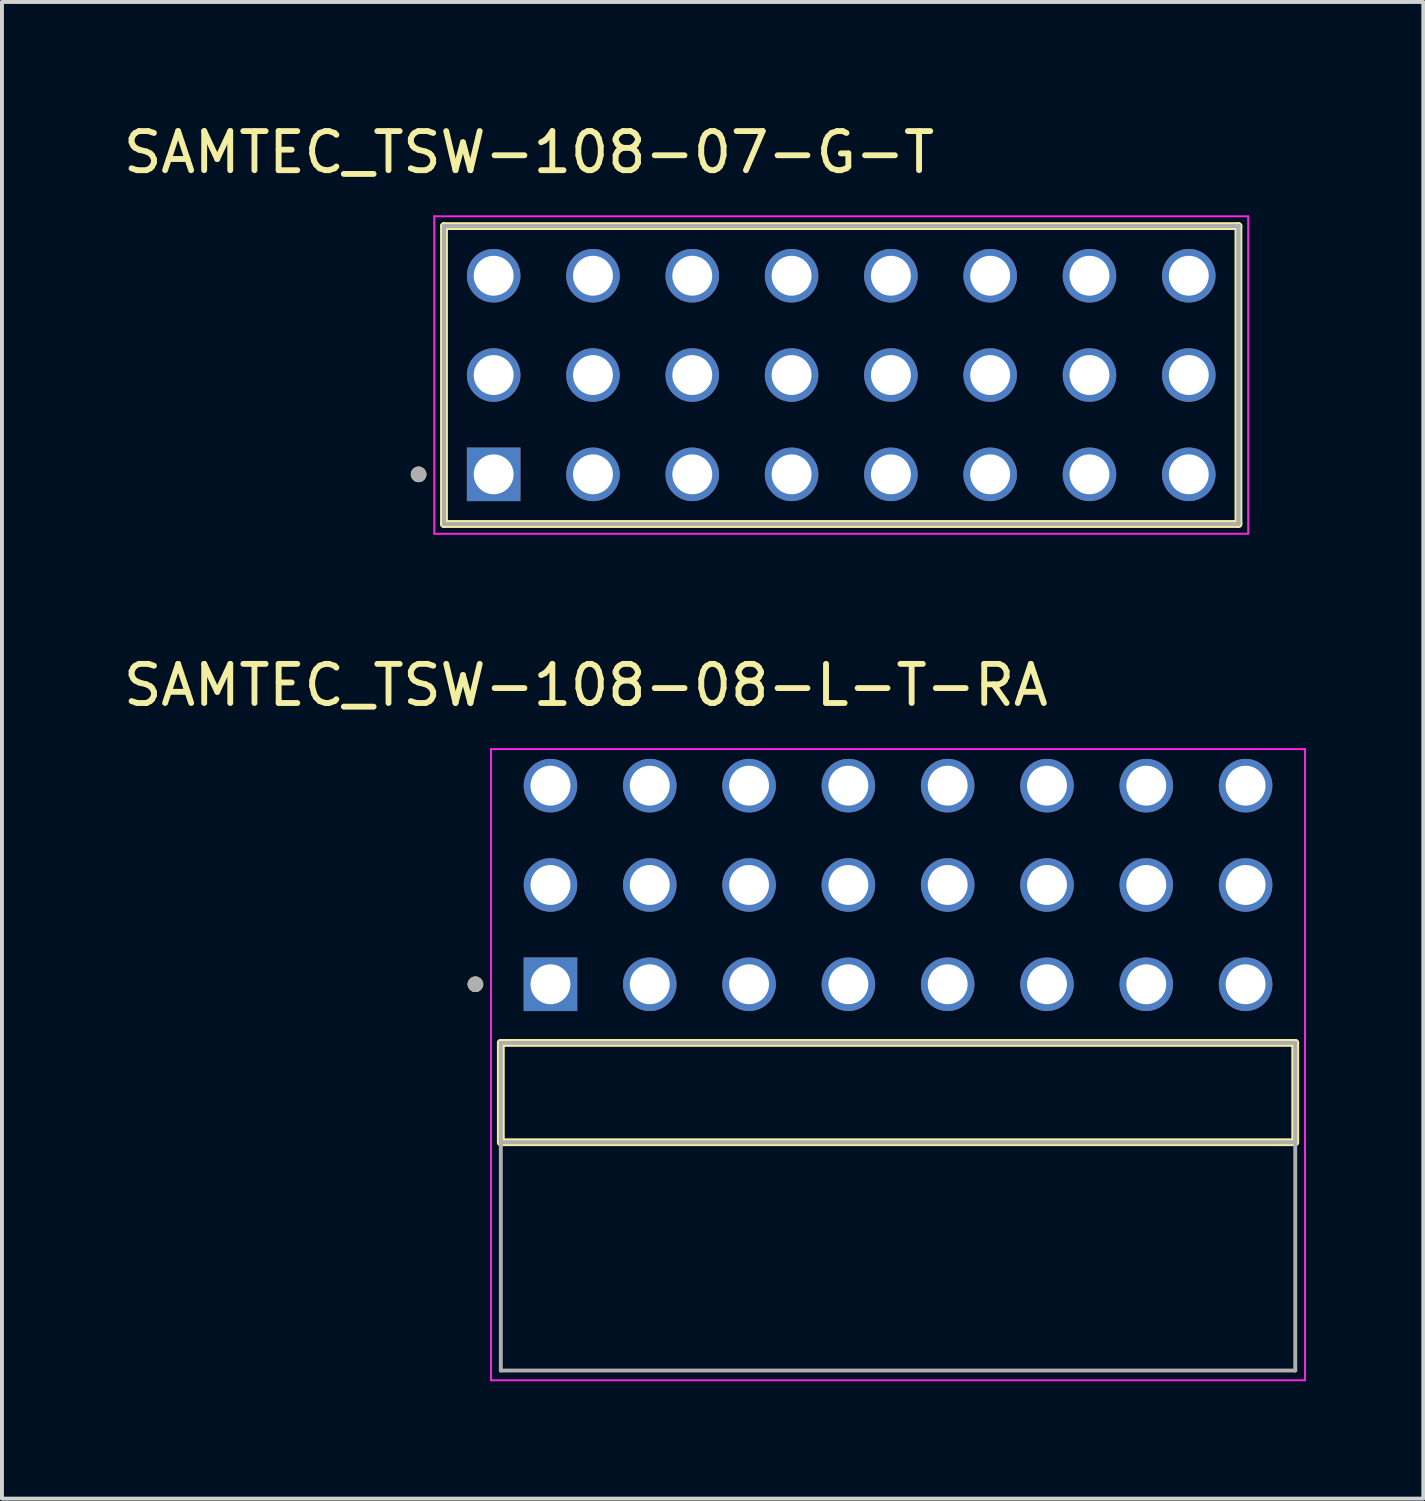
<source format=kicad_pcb>
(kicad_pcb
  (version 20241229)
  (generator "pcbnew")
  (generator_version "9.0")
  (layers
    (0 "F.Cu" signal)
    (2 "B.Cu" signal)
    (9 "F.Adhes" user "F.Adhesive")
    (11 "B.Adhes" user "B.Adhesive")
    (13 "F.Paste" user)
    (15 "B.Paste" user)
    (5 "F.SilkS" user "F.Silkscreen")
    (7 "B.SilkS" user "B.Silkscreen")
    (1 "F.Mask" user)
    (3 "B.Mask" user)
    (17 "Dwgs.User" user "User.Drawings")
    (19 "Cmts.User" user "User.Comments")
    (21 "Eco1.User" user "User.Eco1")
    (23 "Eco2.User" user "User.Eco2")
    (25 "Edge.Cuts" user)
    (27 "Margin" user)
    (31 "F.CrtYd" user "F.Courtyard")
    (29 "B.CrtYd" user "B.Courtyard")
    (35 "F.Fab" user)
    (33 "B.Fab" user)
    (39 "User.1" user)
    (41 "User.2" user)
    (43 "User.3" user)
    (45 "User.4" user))
  (footprint "SAMTEC_TSW-108-08-L-T-RA"
    (layer "F.Cu")
    (at 19.92 24.896)
    (property "Reference" "SAMTEC_TSW-108-08-L-T-RA" (at -7.985 -10.42 0) (layer "F.SilkS") (effects (font (size 1 1) (thickness 0.15))))
    (attr through_hole)
    (fp_line (start -10.16 1.27) (end -10.16 -1.27) (stroke (width 0.2) (type solid)) (layer "F.SilkS"))
    (fp_line (start 10.16 -1.27) (end -10.16 -1.27) (stroke (width 0.2) (type solid)) (layer "F.SilkS"))
    (fp_line (start 10.16 -1.27) (end 10.16 1.27) (stroke (width 0.2) (type solid)) (layer "F.SilkS"))
    (fp_line (start 10.16 1.27) (end -10.16 1.27) (stroke (width 0.2) (type solid)) (layer "F.SilkS"))
    (fp_circle (center -10.81 -2.77) (end -10.71 -2.77) (stroke (width 0.2) (type solid)) (fill no) (layer "F.SilkS"))
    (fp_line (start -10.41 -8.785) (end 10.41 -8.785) (stroke (width 0.05) (type solid)) (layer "F.CrtYd"))
    (fp_line (start -10.41 7.36) (end -10.41 -8.785) (stroke (width 0.05) (type solid)) (layer "F.CrtYd"))
    (fp_line (start 10.41 -8.785) (end 10.41 7.36) (stroke (width 0.05) (type solid)) (layer "F.CrtYd"))
    (fp_line (start 10.41 7.36) (end -10.41 7.36) (stroke (width 0.05) (type solid)) (layer "F.CrtYd"))
    (fp_line (start -10.16 -1.27) (end 10.16 -1.27) (stroke (width 0.1) (type solid)) (layer "F.Fab"))
    (fp_line (start -10.16 1.27) (end -10.16 -1.27) (stroke (width 0.1) (type solid)) (layer "F.Fab"))
    (fp_line (start -10.16 1.27) (end -10.16 7.11) (stroke (width 0.1) (type solid)) (layer "F.Fab"))
    (fp_line (start -10.16 7.11) (end 10.16 7.11) (stroke (width 0.1) (type solid)) (layer "F.Fab"))
    (fp_line (start 10.16 -1.27) (end 10.16 1.27) (stroke (width 0.1) (type solid)) (layer "F.Fab"))
    (fp_line (start 10.16 1.27) (end -10.16 1.27) (stroke (width 0.1) (type solid)) (layer "F.Fab"))
    (fp_line (start 10.16 7.11) (end 10.16 1.27) (stroke (width 0.1) (type solid)) (layer "F.Fab"))
    (fp_circle (center -10.81 -2.77) (end -10.71 -2.77) (stroke (width 0.2) (type solid)) (fill no) (layer "F.Fab"))
    (pad "1" thru_hole rect (at -8.89 -2.77) (size 1.37 1.37) (drill 1.02) (layers "*.Cu" "*.Mask"))
    (pad "2" thru_hole circle (at -8.89 -5.31) (size 1.37 1.37) (drill 1.02) (layers "*.Cu" "*.Mask"))
    (pad "3" thru_hole circle (at -8.89 -7.85) (size 1.37 1.37) (drill 1.02) (layers "*.Cu" "*.Mask"))
    (pad "4" thru_hole circle (at -6.35 -2.77) (size 1.37 1.37) (drill 1.02) (layers "*.Cu" "*.Mask"))
    (pad "5" thru_hole circle (at -6.35 -5.31) (size 1.37 1.37) (drill 1.02) (layers "*.Cu" "*.Mask"))
    (pad "6" thru_hole circle (at -6.35 -7.85) (size 1.37 1.37) (drill 1.02) (layers "*.Cu" "*.Mask"))
    (pad "7" thru_hole circle (at -3.81 -2.77) (size 1.37 1.37) (drill 1.02) (layers "*.Cu" "*.Mask"))
    (pad "8" thru_hole circle (at -3.81 -5.31) (size 1.37 1.37) (drill 1.02) (layers "*.Cu" "*.Mask"))
    (pad "9" thru_hole circle (at -3.81 -7.85) (size 1.37 1.37) (drill 1.02) (layers "*.Cu" "*.Mask"))
    (pad "10" thru_hole circle (at -1.27 -2.77) (size 1.37 1.37) (drill 1.02) (layers "*.Cu" "*.Mask"))
    (pad "11" thru_hole circle (at -1.27 -5.31) (size 1.37 1.37) (drill 1.02) (layers "*.Cu" "*.Mask"))
    (pad "12" thru_hole circle (at -1.27 -7.85) (size 1.37 1.37) (drill 1.02) (layers "*.Cu" "*.Mask"))
    (pad "13" thru_hole circle (at 1.27 -2.77) (size 1.37 1.37) (drill 1.02) (layers "*.Cu" "*.Mask"))
    (pad "14" thru_hole circle (at 1.27 -5.31) (size 1.37 1.37) (drill 1.02) (layers "*.Cu" "*.Mask"))
    (pad "15" thru_hole circle (at 1.27 -7.85) (size 1.37 1.37) (drill 1.02) (layers "*.Cu" "*.Mask"))
    (pad "16" thru_hole circle (at 3.81 -2.77) (size 1.37 1.37) (drill 1.02) (layers "*.Cu" "*.Mask"))
    (pad "17" thru_hole circle (at 3.81 -5.31) (size 1.37 1.37) (drill 1.02) (layers "*.Cu" "*.Mask"))
    (pad "18" thru_hole circle (at 3.81 -7.85) (size 1.37 1.37) (drill 1.02) (layers "*.Cu" "*.Mask"))
    (pad "19" thru_hole circle (at 6.35 -2.77) (size 1.37 1.37) (drill 1.02) (layers "*.Cu" "*.Mask"))
    (pad "20" thru_hole circle (at 6.35 -5.31) (size 1.37 1.37) (drill 1.02) (layers "*.Cu" "*.Mask"))
    (pad "21" thru_hole circle (at 6.35 -7.85) (size 1.37 1.37) (drill 1.02) (layers "*.Cu" "*.Mask"))
    (pad "22" thru_hole circle (at 8.89 -2.77) (size 1.37 1.37) (drill 1.02) (layers "*.Cu" "*.Mask"))
    (pad "23" thru_hole circle (at 8.89 -5.31) (size 1.37 1.37) (drill 1.02) (layers "*.Cu" "*.Mask"))
    (pad "24" thru_hole circle (at 8.89 -7.85) (size 1.37 1.37) (drill 1.02) (layers "*.Cu" "*.Mask")))
  (footprint "SAMTEC_TSW-108-07-G-T"
    (layer "F.Cu")
    (at 18.467 6.543)
    (property "Reference" "SAMTEC_TSW-108-07-G-T" (at -7.985 -5.695 0) (layer "F.SilkS") (effects (font (size 1 1) (thickness 0.15))))
    (attr through_hole)
    (fp_line (start -10.16 3.81) (end -10.16 -3.81) (stroke (width 0.2) (type solid)) (layer "F.SilkS"))
    (fp_line (start 10.16 -3.81) (end -10.16 -3.81) (stroke (width 0.2) (type solid)) (layer "F.SilkS"))
    (fp_line (start 10.16 -3.81) (end 10.16 3.81) (stroke (width 0.2) (type solid)) (layer "F.SilkS"))
    (fp_line (start 10.16 3.81) (end -10.16 3.81) (stroke (width 0.2) (type solid)) (layer "F.SilkS"))
    (fp_circle (center -10.81 2.54) (end -10.71 2.54) (stroke (width 0.2) (type solid)) (fill no) (layer "F.SilkS"))
    (fp_line (start -10.41 -4.06) (end 10.41 -4.06) (stroke (width 0.05) (type solid)) (layer "F.CrtYd"))
    (fp_line (start -10.41 4.06) (end -10.41 -4.06) (stroke (width 0.05) (type solid)) (layer "F.CrtYd"))
    (fp_line (start 10.41 -4.06) (end 10.41 4.06) (stroke (width 0.05) (type solid)) (layer "F.CrtYd"))
    (fp_line (start 10.41 4.06) (end -10.41 4.06) (stroke (width 0.05) (type solid)) (layer "F.CrtYd"))
    (fp_line (start -10.16 -3.81) (end 10.16 -3.81) (stroke (width 0.1) (type solid)) (layer "F.Fab"))
    (fp_line (start -10.16 -3.81) (end 10.16 -3.81) (stroke (width 0.1) (type solid)) (layer "F.Fab"))
    (fp_line (start -10.16 3.81) (end -10.16 -3.81) (stroke (width 0.1) (type solid)) (layer "F.Fab"))
    (fp_line (start -10.16 3.81) (end -10.16 -3.81) (stroke (width 0.1) (type solid)) (layer "F.Fab"))
    (fp_line (start 10.16 -3.81) (end 10.16 3.81) (stroke (width 0.1) (type solid)) (layer "F.Fab"))
    (fp_line (start 10.16 -3.81) (end 10.16 3.81) (stroke (width 0.1) (type solid)) (layer "F.Fab"))
    (fp_line (start 10.16 3.81) (end -10.16 3.81) (stroke (width 0.1) (type solid)) (layer "F.Fab"))
    (fp_circle (center -10.81 2.54) (end -10.71 2.54) (stroke (width 0.2) (type solid)) (fill no) (layer "F.Fab"))
    (pad "1" thru_hole rect (at -8.89 2.54) (size 1.37 1.37) (drill 1.02) (layers "*.Cu" "*.Mask"))
    (pad "2" thru_hole circle (at -8.89 0) (size 1.37 1.37) (drill 1.02) (layers "*.Cu" "*.Mask"))
    (pad "3" thru_hole circle (at -8.89 -2.54) (size 1.37 1.37) (drill 1.02) (layers "*.Cu" "*.Mask"))
    (pad "4" thru_hole circle (at -6.35 2.54) (size 1.37 1.37) (drill 1.02) (layers "*.Cu" "*.Mask"))
    (pad "5" thru_hole circle (at -6.35 0) (size 1.37 1.37) (drill 1.02) (layers "*.Cu" "*.Mask"))
    (pad "6" thru_hole circle (at -6.35 -2.54) (size 1.37 1.37) (drill 1.02) (layers "*.Cu" "*.Mask"))
    (pad "7" thru_hole circle (at -3.81 2.54) (size 1.37 1.37) (drill 1.02) (layers "*.Cu" "*.Mask"))
    (pad "8" thru_hole circle (at -3.81 0) (size 1.37 1.37) (drill 1.02) (layers "*.Cu" "*.Mask"))
    (pad "9" thru_hole circle (at -3.81 -2.54) (size 1.37 1.37) (drill 1.02) (layers "*.Cu" "*.Mask"))
    (pad "10" thru_hole circle (at -1.27 2.54) (size 1.37 1.37) (drill 1.02) (layers "*.Cu" "*.Mask"))
    (pad "11" thru_hole circle (at -1.27 0) (size 1.37 1.37) (drill 1.02) (layers "*.Cu" "*.Mask"))
    (pad "12" thru_hole circle (at -1.27 -2.54) (size 1.37 1.37) (drill 1.02) (layers "*.Cu" "*.Mask"))
    (pad "13" thru_hole circle (at 1.27 2.54) (size 1.37 1.37) (drill 1.02) (layers "*.Cu" "*.Mask"))
    (pad "14" thru_hole circle (at 1.27 0) (size 1.37 1.37) (drill 1.02) (layers "*.Cu" "*.Mask"))
    (pad "15" thru_hole circle (at 1.27 -2.54) (size 1.37 1.37) (drill 1.02) (layers "*.Cu" "*.Mask"))
    (pad "16" thru_hole circle (at 3.81 2.54) (size 1.37 1.37) (drill 1.02) (layers "*.Cu" "*.Mask"))
    (pad "17" thru_hole circle (at 3.81 0) (size 1.37 1.37) (drill 1.02) (layers "*.Cu" "*.Mask"))
    (pad "18" thru_hole circle (at 3.81 -2.54) (size 1.37 1.37) (drill 1.02) (layers "*.Cu" "*.Mask"))
    (pad "19" thru_hole circle (at 6.35 2.54) (size 1.37 1.37) (drill 1.02) (layers "*.Cu" "*.Mask"))
    (pad "20" thru_hole circle (at 6.35 0) (size 1.37 1.37) (drill 1.02) (layers "*.Cu" "*.Mask"))
    (pad "21" thru_hole circle (at 6.35 -2.54) (size 1.37 1.37) (drill 1.02) (layers "*.Cu" "*.Mask"))
    (pad "22" thru_hole circle (at 8.89 2.54) (size 1.37 1.37) (drill 1.02) (layers "*.Cu" "*.Mask"))
    (pad "23" thru_hole circle (at 8.89 0) (size 1.37 1.37) (drill 1.02) (layers "*.Cu" "*.Mask"))
    (pad "24" thru_hole circle (at 8.89 -2.54) (size 1.37 1.37) (drill 1.02) (layers "*.Cu" "*.Mask")))
  (gr_rect
    (start -3 -3)
    (end 33.355 35.282)
    (stroke (width 0.1) (type default))
    (fill no)
    (layer "Edge.Cuts")))
</source>
